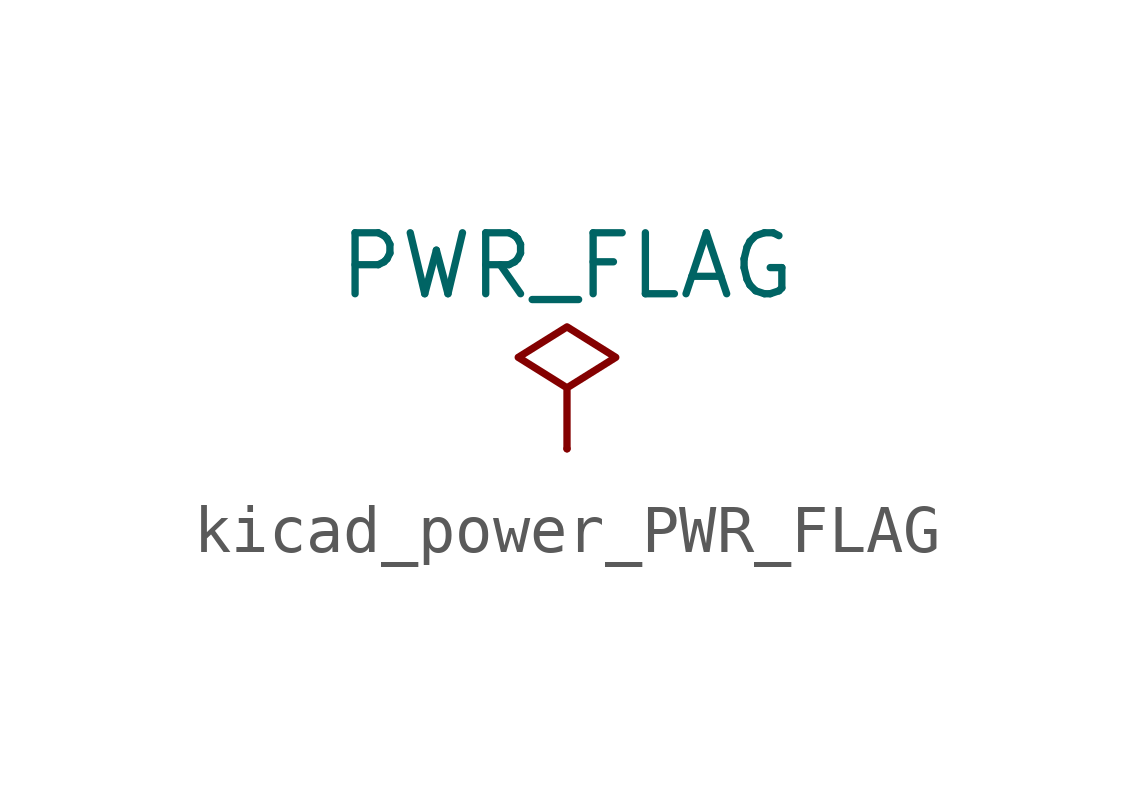
<source format=kicad_sym>
(kicad_symbol_lib
  (version 20220914)
  (generator kicad_symbol_editor)
  (symbol "kicad_power_PWR_FLAG"
    (power)
    (pin_numbers hide)
    (pin_names
      (offset 0) hide)
    (property "Reference" "#FLG"
      (at 0 1.905 0)
      (effects (font (size 1.27 1.27)) hide))
    (property "Value" "PWR_FLAG"
      (at 0 3.81 0)
      (effects (font (size 1.27 1.27))))
    (symbol "kicad_power_PWR_FLAG_0_0"
      (pin power_out line (at 0 0 90) (length 0) (name "pwr" (effects (font (size 1.27 1.27)))) (number "1" (effects (font (size 1.27 1.27))))))
    (symbol "kicad_power_PWR_FLAG_0_1"
      (polyline (pts (xy 0 0) (xy 0 1.27) (xy -1.016 1.905) (xy 0 2.54) (xy 1.016 1.905) (xy 0 1.27)) (stroke (width 0) (type default)) (fill (type none))))))
</source>
